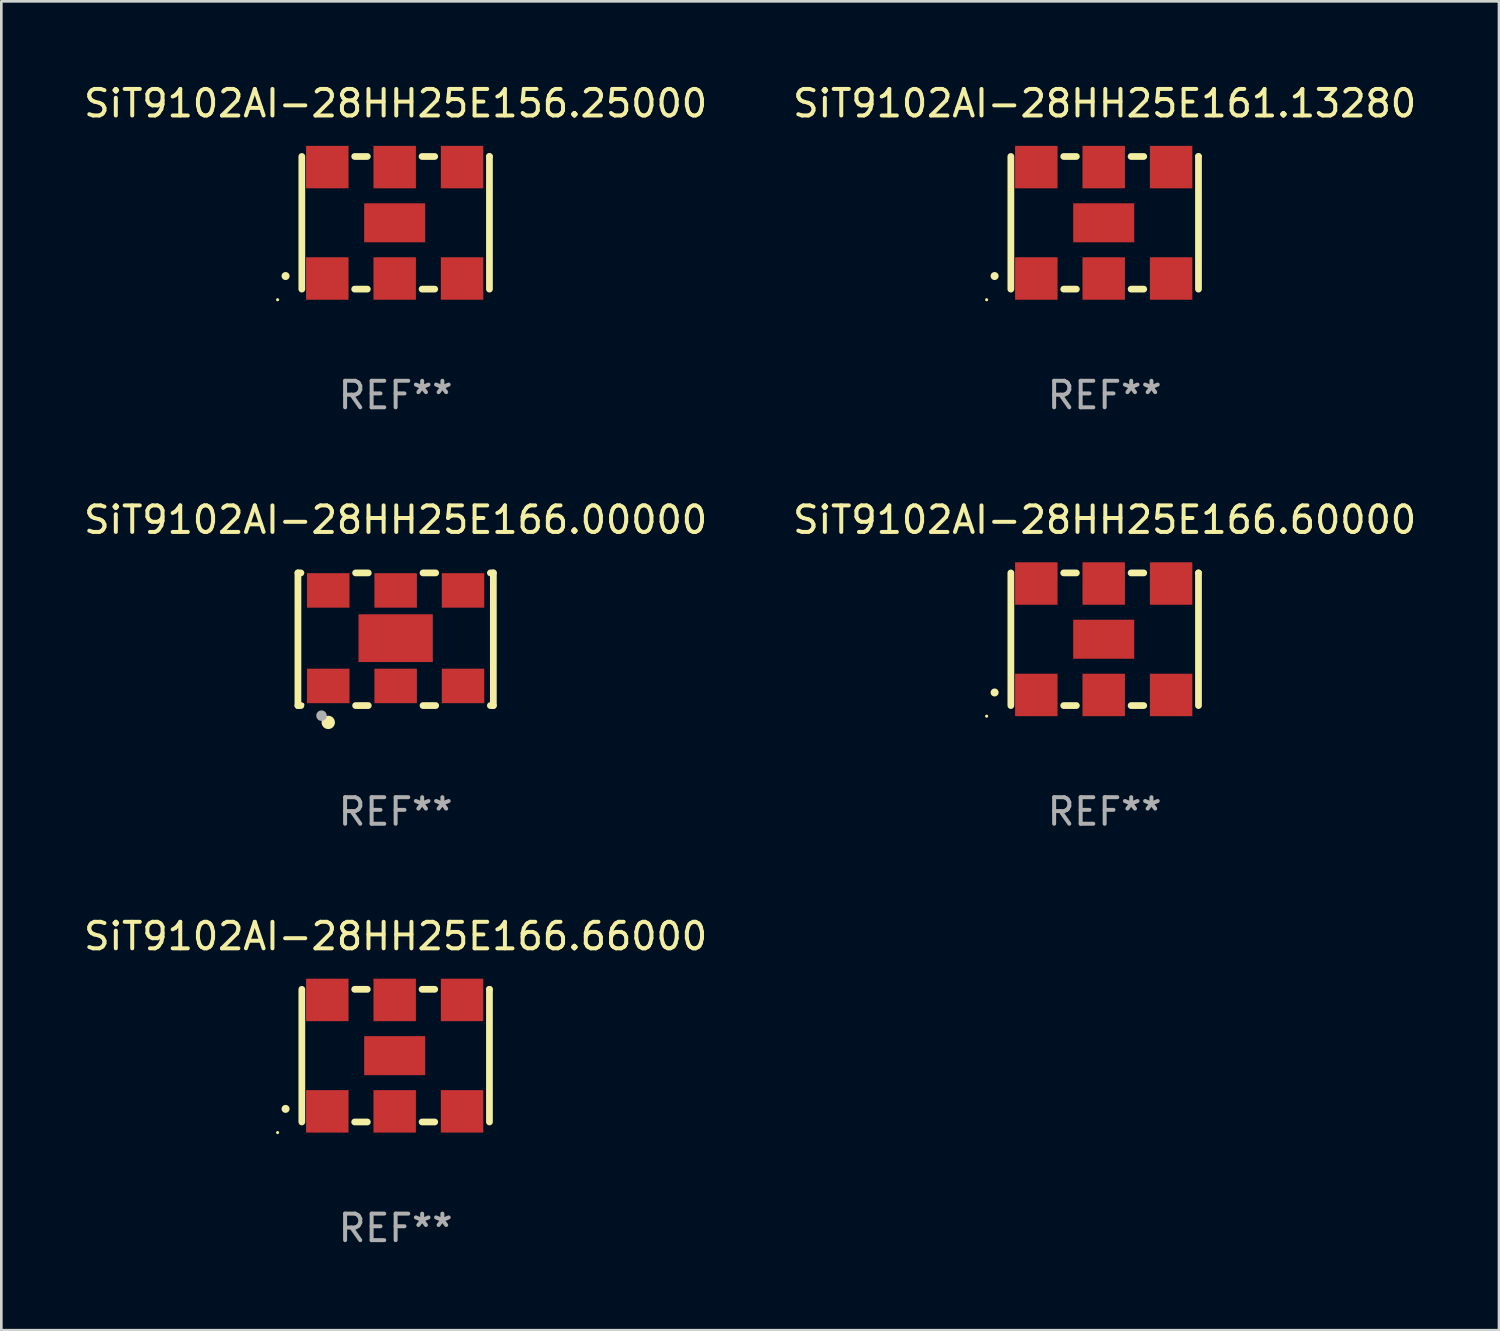
<source format=kicad_pcb>
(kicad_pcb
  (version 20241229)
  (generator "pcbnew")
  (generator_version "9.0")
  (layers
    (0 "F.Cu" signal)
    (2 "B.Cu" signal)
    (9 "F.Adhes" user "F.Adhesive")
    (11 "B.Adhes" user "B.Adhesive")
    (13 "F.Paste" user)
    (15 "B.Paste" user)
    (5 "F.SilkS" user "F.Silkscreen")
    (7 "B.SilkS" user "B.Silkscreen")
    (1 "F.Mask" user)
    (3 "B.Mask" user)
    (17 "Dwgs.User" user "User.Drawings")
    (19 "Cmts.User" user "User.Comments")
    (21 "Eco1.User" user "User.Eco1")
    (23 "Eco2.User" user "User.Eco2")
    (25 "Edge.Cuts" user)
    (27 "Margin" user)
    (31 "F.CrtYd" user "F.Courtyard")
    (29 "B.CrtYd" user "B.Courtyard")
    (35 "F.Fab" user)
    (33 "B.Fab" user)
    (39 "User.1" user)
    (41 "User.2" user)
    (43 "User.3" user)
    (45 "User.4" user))
  (footprint "SiT9102AI-28HH25E156.25000"
    (layer "F.Cu")
    (at 11.863 5.348)
    (property "Reference" "SiT9102AI-28HH25E156.25000" (at 0 -4.5 0) (layer "F.SilkS") (effects (font (size 1 1) (thickness 0.15))))
    (attr through_hole)
    (fp_line (start -3.536 -2.5) (end -3.536 2.5) (stroke (width 0.254) (type solid)) (layer "F.SilkS"))
    (fp_line (start -1.544 2.5) (end -1.067 2.5) (stroke (width 0.254) (type solid)) (layer "F.SilkS"))
    (fp_line (start -1.067 -2.5) (end -1.544 -2.5) (stroke (width 0.254) (type solid)) (layer "F.SilkS"))
    (fp_line (start 0.996 2.5) (end 1.473 2.5) (stroke (width 0.254) (type solid)) (layer "F.SilkS"))
    (fp_line (start 1.473 -2.5) (end 0.996 -2.5) (stroke (width 0.254) (type solid)) (layer "F.SilkS"))
    (fp_line (start 3.536 -2.5) (end 3.536 -2.5) (stroke (width 0.254) (type solid)) (layer "F.SilkS"))
    (fp_line (start 3.536 2.5) (end 3.536 -2.5) (stroke (width 0.254) (type solid)) (layer "F.SilkS"))
    (fp_arc (start -4.150432 2.006604) (mid -4.149162 2.006599) (end -4.147892 2.006604) (stroke (width 0.3) (type solid)) (layer "F.SilkS"))
    (fp_circle (center -4.449 2.9) (end -4.419 2.9) (stroke (width 0.06) (type solid)) (fill no) (layer "F.SilkS"))
    (fp_text user "REF**" (at 0 6.5 0) (layer "F.Fab") (effects (font (size 1 1) (thickness 0.15))))
    (pad "1" smd rect (at -2.576 2.1) (size 1.6 1.6) (layers "F.Cu" "F.Mask" "F.Paste"))
    (pad "2" smd rect (at -0.036 2.1) (size 1.6 1.6) (layers "F.Cu" "F.Mask" "F.Paste"))
    (pad "3" smd rect (at 2.504 2.1) (size 1.6 1.6) (layers "F.Cu" "F.Mask" "F.Paste"))
    (pad "4" smd rect (at 2.504 -2.1) (size 1.6 1.6) (layers "F.Cu" "F.Mask" "F.Paste"))
    (pad "5" smd rect (at -0.036 -2.1) (size 1.6 1.6) (layers "F.Cu" "F.Mask" "F.Paste"))
    (pad "6" smd rect (at -2.576 -2.1) (size 1.6 1.6) (layers "F.Cu" "F.Mask" "F.Paste"))
    (pad "7" smd rect (at -0.036 0) (size 2.3 1.47) (layers "F.Cu" "F.Mask" "F.Paste")))
  (footprint "SiT9102AI-28HH25E161.13280"
    (layer "F.Cu")
    (at 38.589 5.348)
    (property "Reference" "SiT9102AI-28HH25E161.13280" (at 0 -4.5 0) (layer "F.SilkS") (effects (font (size 1 1) (thickness 0.15))))
    (attr through_hole)
    (fp_line (start -3.536 -2.5) (end -3.536 2.5) (stroke (width 0.254) (type solid)) (layer "F.SilkS"))
    (fp_line (start -1.544 2.5) (end -1.067 2.5) (stroke (width 0.254) (type solid)) (layer "F.SilkS"))
    (fp_line (start -1.067 -2.5) (end -1.544 -2.5) (stroke (width 0.254) (type solid)) (layer "F.SilkS"))
    (fp_line (start 0.996 2.5) (end 1.473 2.5) (stroke (width 0.254) (type solid)) (layer "F.SilkS"))
    (fp_line (start 1.473 -2.5) (end 0.996 -2.5) (stroke (width 0.254) (type solid)) (layer "F.SilkS"))
    (fp_line (start 3.536 -2.5) (end 3.536 -2.5) (stroke (width 0.254) (type solid)) (layer "F.SilkS"))
    (fp_line (start 3.536 2.5) (end 3.536 -2.5) (stroke (width 0.254) (type solid)) (layer "F.SilkS"))
    (fp_arc (start -4.150432 2.006604) (mid -4.149162 2.006599) (end -4.147892 2.006604) (stroke (width 0.3) (type solid)) (layer "F.SilkS"))
    (fp_circle (center -4.449 2.9) (end -4.419 2.9) (stroke (width 0.06) (type solid)) (fill no) (layer "F.SilkS"))
    (fp_text user "REF**" (at 0 6.5 0) (layer "F.Fab") (effects (font (size 1 1) (thickness 0.15))))
    (pad "1" smd rect (at -2.576 2.1) (size 1.6 1.6) (layers "F.Cu" "F.Mask" "F.Paste"))
    (pad "2" smd rect (at -0.036 2.1) (size 1.6 1.6) (layers "F.Cu" "F.Mask" "F.Paste"))
    (pad "3" smd rect (at 2.504 2.1) (size 1.6 1.6) (layers "F.Cu" "F.Mask" "F.Paste"))
    (pad "4" smd rect (at 2.504 -2.1) (size 1.6 1.6) (layers "F.Cu" "F.Mask" "F.Paste"))
    (pad "5" smd rect (at -0.036 -2.1) (size 1.6 1.6) (layers "F.Cu" "F.Mask" "F.Paste"))
    (pad "6" smd rect (at -2.576 -2.1) (size 1.6 1.6) (layers "F.Cu" "F.Mask" "F.Paste"))
    (pad "7" smd rect (at -0.036 0) (size 2.3 1.47) (layers "F.Cu" "F.Mask" "F.Paste")))
  (footprint "SiT9102AI-28HH25E166.66000"
    (layer "F.Cu")
    (at 11.863 36.741)
    (property "Reference" "SiT9102AI-28HH25E166.66000" (at 0 -4.5 0) (layer "F.SilkS") (effects (font (size 1 1) (thickness 0.15))))
    (attr through_hole)
    (fp_line (start -3.536 -2.5) (end -3.536 2.5) (stroke (width 0.254) (type solid)) (layer "F.SilkS"))
    (fp_line (start -1.544 2.5) (end -1.067 2.5) (stroke (width 0.254) (type solid)) (layer "F.SilkS"))
    (fp_line (start -1.067 -2.5) (end -1.544 -2.5) (stroke (width 0.254) (type solid)) (layer "F.SilkS"))
    (fp_line (start 0.996 2.5) (end 1.473 2.5) (stroke (width 0.254) (type solid)) (layer "F.SilkS"))
    (fp_line (start 1.473 -2.5) (end 0.996 -2.5) (stroke (width 0.254) (type solid)) (layer "F.SilkS"))
    (fp_line (start 3.536 -2.5) (end 3.536 -2.5) (stroke (width 0.254) (type solid)) (layer "F.SilkS"))
    (fp_line (start 3.536 2.5) (end 3.536 -2.5) (stroke (width 0.254) (type solid)) (layer "F.SilkS"))
    (fp_arc (start -4.150432 2.006604) (mid -4.149162 2.006599) (end -4.147892 2.006604) (stroke (width 0.3) (type solid)) (layer "F.SilkS"))
    (fp_circle (center -4.449 2.9) (end -4.419 2.9) (stroke (width 0.06) (type solid)) (fill no) (layer "F.SilkS"))
    (fp_text user "REF**" (at 0 6.5 0) (layer "F.Fab") (effects (font (size 1 1) (thickness 0.15))))
    (pad "1" smd rect (at -2.576 2.1) (size 1.6 1.6) (layers "F.Cu" "F.Mask" "F.Paste"))
    (pad "2" smd rect (at -0.036 2.1) (size 1.6 1.6) (layers "F.Cu" "F.Mask" "F.Paste"))
    (pad "3" smd rect (at 2.504 2.1) (size 1.6 1.6) (layers "F.Cu" "F.Mask" "F.Paste"))
    (pad "4" smd rect (at 2.504 -2.1) (size 1.6 1.6) (layers "F.Cu" "F.Mask" "F.Paste"))
    (pad "5" smd rect (at -0.036 -2.1) (size 1.6 1.6) (layers "F.Cu" "F.Mask" "F.Paste"))
    (pad "6" smd rect (at -2.576 -2.1) (size 1.6 1.6) (layers "F.Cu" "F.Mask" "F.Paste"))
    (pad "7" smd rect (at -0.036 0) (size 2.3 1.47) (layers "F.Cu" "F.Mask" "F.Paste")))
  (footprint "SiT9102AI-28HH25E166.00000"
    (layer "F.Cu")
    (at 11.863 21.045)
    (property "Reference" "SiT9102AI-28HH25E166.00000" (at 0 -4.5 0) (layer "F.SilkS") (effects (font (size 1 1) (thickness 0.15))))
    (attr through_hole)
    (fp_line (start -3.683 -2.5) (end -3.571 -2.5) (stroke (width 0.254) (type solid)) (layer "F.SilkS"))
    (fp_line (start -3.683 2.5) (end -3.683 -2.5) (stroke (width 0.254) (type solid)) (layer "F.SilkS"))
    (fp_line (start -3.683 2.5) (end -3.571 2.5) (stroke (width 0.254) (type solid)) (layer "F.SilkS"))
    (fp_line (start -1.509 -2.5) (end -1.031 -2.5) (stroke (width 0.254) (type solid)) (layer "F.SilkS"))
    (fp_line (start -1.509 2.5) (end -1.031 2.5) (stroke (width 0.254) (type solid)) (layer "F.SilkS"))
    (fp_line (start 1.031 -2.5) (end 1.509 -2.5) (stroke (width 0.254) (type solid)) (layer "F.SilkS"))
    (fp_line (start 1.031 2.5) (end 1.509 2.5) (stroke (width 0.254) (type solid)) (layer "F.SilkS"))
    (fp_line (start 3.571 -2.5) (end 3.683 -2.5) (stroke (width 0.254) (type solid)) (layer "F.SilkS"))
    (fp_line (start 3.571 2.5) (end 3.683 2.5) (stroke (width 0.254) (type solid)) (layer "F.SilkS"))
    (fp_line (start 3.683 2.5) (end 3.683 -2.5) (stroke (width 0.254) (type solid)) (layer "F.SilkS"))
    (fp_circle (center -3.5 2.46) (end -3.47 2.46) (stroke (width 0.06) (type solid)) (fill no) (layer "F.SilkS"))
    (fp_circle (center -2.54 3.135) (end -2.413 3.135) (stroke (width 0.254) (type solid)) (fill no) (layer "F.SilkS"))
    (fp_circle (center -2.794 2.881) (end -2.694 2.881) (stroke (width 0.2) (type solid)) (fill no) (layer "F.Fab"))
    (fp_text user "REF**" (at 0 6.5 0) (layer "F.Fab") (effects (font (size 1 1) (thickness 0.15))))
    (pad "1" smd rect (at -2.54 1.76) (size 1.6 1.3) (layers "F.Cu" "F.Mask" "F.Paste"))
    (pad "2" smd rect (at 0 1.76) (size 1.6 1.3) (layers "F.Cu" "F.Mask" "F.Paste"))
    (pad "3" smd rect (at 2.54 1.76) (size 1.6 1.3) (layers "F.Cu" "F.Mask" "F.Paste"))
    (pad "4" smd rect (at 2.54 -1.84) (size 1.6 1.3) (layers "F.Cu" "F.Mask" "F.Paste"))
    (pad "5" smd rect (at 0 -1.84) (size 1.6 1.3) (layers "F.Cu" "F.Mask" "F.Paste"))
    (pad "6" smd rect (at -2.54 -1.84) (size 1.6 1.3) (layers "F.Cu" "F.Mask" "F.Paste"))
    (pad "7" smd rect (at 0 -0.04) (size 2.8 1.8) (layers "F.Cu" "F.Mask" "F.Paste")))
  (footprint "SiT9102AI-28HH25E166.60000"
    (layer "F.Cu")
    (at 38.589 21.045)
    (property "Reference" "SiT9102AI-28HH25E166.60000" (at 0 -4.5 0) (layer "F.SilkS") (effects (font (size 1 1) (thickness 0.15))))
    (attr through_hole)
    (fp_line (start -3.536 -2.5) (end -3.536 2.5) (stroke (width 0.254) (type solid)) (layer "F.SilkS"))
    (fp_line (start -1.544 2.5) (end -1.067 2.5) (stroke (width 0.254) (type solid)) (layer "F.SilkS"))
    (fp_line (start -1.067 -2.5) (end -1.544 -2.5) (stroke (width 0.254) (type solid)) (layer "F.SilkS"))
    (fp_line (start 0.996 2.5) (end 1.473 2.5) (stroke (width 0.254) (type solid)) (layer "F.SilkS"))
    (fp_line (start 1.473 -2.5) (end 0.996 -2.5) (stroke (width 0.254) (type solid)) (layer "F.SilkS"))
    (fp_line (start 3.536 -2.5) (end 3.536 -2.5) (stroke (width 0.254) (type solid)) (layer "F.SilkS"))
    (fp_line (start 3.536 2.5) (end 3.536 -2.5) (stroke (width 0.254) (type solid)) (layer "F.SilkS"))
    (fp_arc (start -4.150432 2.006604) (mid -4.149162 2.006599) (end -4.147892 2.006604) (stroke (width 0.3) (type solid)) (layer "F.SilkS"))
    (fp_circle (center -4.449 2.9) (end -4.419 2.9) (stroke (width 0.06) (type solid)) (fill no) (layer "F.SilkS"))
    (fp_text user "REF**" (at 0 6.5 0) (layer "F.Fab") (effects (font (size 1 1) (thickness 0.15))))
    (pad "1" smd rect (at -2.576 2.1) (size 1.6 1.6) (layers "F.Cu" "F.Mask" "F.Paste"))
    (pad "2" smd rect (at -0.036 2.1) (size 1.6 1.6) (layers "F.Cu" "F.Mask" "F.Paste"))
    (pad "3" smd rect (at 2.504 2.1) (size 1.6 1.6) (layers "F.Cu" "F.Mask" "F.Paste"))
    (pad "4" smd rect (at 2.504 -2.1) (size 1.6 1.6) (layers "F.Cu" "F.Mask" "F.Paste"))
    (pad "5" smd rect (at -0.036 -2.1) (size 1.6 1.6) (layers "F.Cu" "F.Mask" "F.Paste"))
    (pad "6" smd rect (at -2.576 -2.1) (size 1.6 1.6) (layers "F.Cu" "F.Mask" "F.Paste"))
    (pad "7" smd rect (at -0.036 0) (size 2.3 1.47) (layers "F.Cu" "F.Mask" "F.Paste")))
  (gr_rect
    (start -3 -3)
    (end 53.452 47.09)
    (stroke (width 0.1) (type default))
    (fill no)
    (layer "Edge.Cuts")))
</source>
